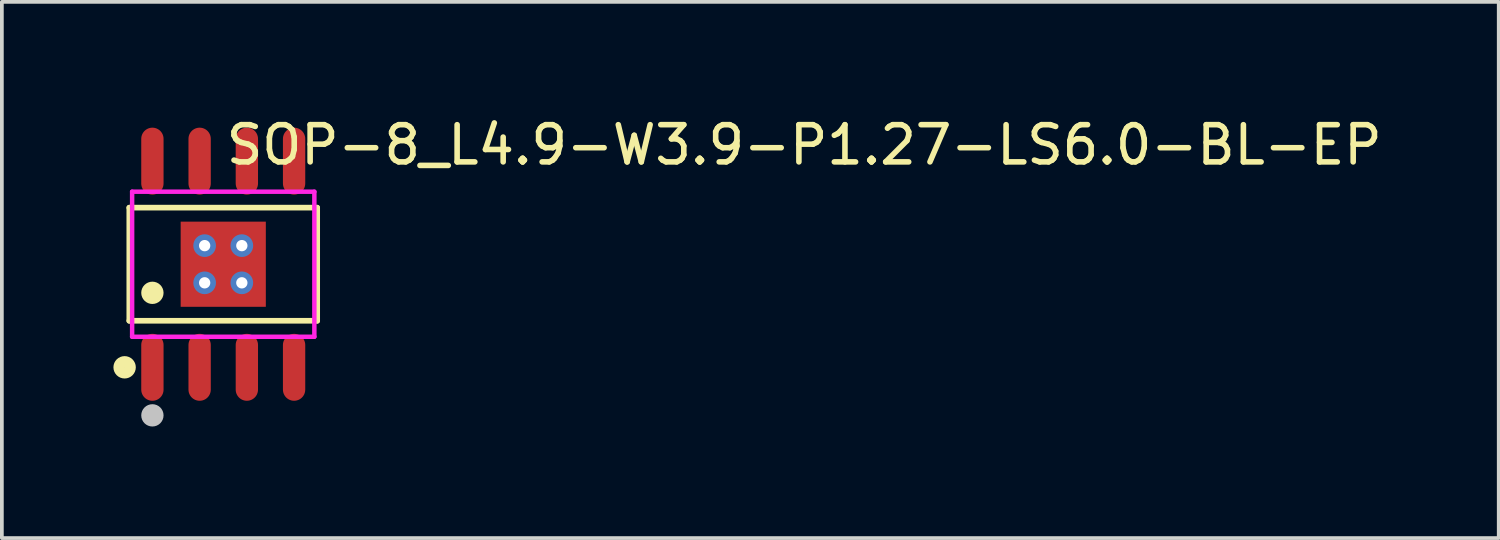
<source format=kicad_pcb>
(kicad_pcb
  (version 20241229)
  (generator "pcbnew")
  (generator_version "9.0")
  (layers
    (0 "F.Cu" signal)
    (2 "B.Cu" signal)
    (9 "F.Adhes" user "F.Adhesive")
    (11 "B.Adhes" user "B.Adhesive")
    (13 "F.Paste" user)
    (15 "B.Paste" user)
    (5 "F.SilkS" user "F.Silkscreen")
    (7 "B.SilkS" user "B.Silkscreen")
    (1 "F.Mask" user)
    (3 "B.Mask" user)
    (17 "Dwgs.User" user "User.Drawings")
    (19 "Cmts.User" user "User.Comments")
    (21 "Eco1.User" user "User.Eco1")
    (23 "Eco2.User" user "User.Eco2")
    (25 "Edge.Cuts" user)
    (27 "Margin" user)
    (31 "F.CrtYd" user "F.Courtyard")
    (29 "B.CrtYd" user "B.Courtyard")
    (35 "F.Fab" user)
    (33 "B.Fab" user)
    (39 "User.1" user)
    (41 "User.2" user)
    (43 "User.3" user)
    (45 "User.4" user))
  (footprint "SOP-8_L4.9-W3.9-P1.27-LS6.0-BL-EP"
    (layer "F.Cu")
    (at 2.953 4.055)
    (property "Reference" "SOP-8_L4.9-W3.9-P1.27-LS6.0-BL-EP" (at 0 -3.207 0) (layer "F.SilkS") (effects (font (size 1 1) (thickness 0.15)) (justify left)))
    (attr through_hole)
    (fp_line (start -2.526 -1.521) (end 2.526 -1.521) (stroke (width 0.152) (type solid)) (layer "F.SilkS"))
    (fp_line (start -2.526 1.521) (end -2.526 -1.521) (stroke (width 0.152) (type solid)) (layer "F.SilkS"))
    (fp_line (start 2.526 -1.521) (end 2.526 1.521) (stroke (width 0.152) (type solid)) (layer "F.SilkS"))
    (fp_line (start 2.526 1.521) (end -2.526 1.521) (stroke (width 0.152) (type solid)) (layer "F.SilkS"))
    (fp_circle (center -2.652 2.772) (end -2.501 2.772) (stroke (width 0.3) (type solid)) (fill no) (layer "F.SilkS"))
    (fp_circle (center -1.905 0.769) (end -1.755 0.769) (stroke (width 0.3) (type solid)) (fill no) (layer "F.SilkS"))
    (fp_circle (center -1.905 4.064) (end -1.755 4.064) (stroke (width 0.3) (type solid)) (fill no) (layer "Dwgs.User"))
    (fp_line (start -2.115 -2.175) (end -2.115 -1.94) (stroke (width 0.12) (type solid)) (layer "Eco2.User"))
    (fp_line (start -2.115 -1.94) (end -1.695 -1.94) (stroke (width 0.12) (type solid)) (layer "Eco2.User"))
    (fp_line (start -2.115 1.94) (end -1.695 1.94) (stroke (width 0.12) (type solid)) (layer "Eco2.User"))
    (fp_line (start -2.115 2.175) (end -2.115 1.94) (stroke (width 0.12) (type solid)) (layer "Eco2.User"))
    (fp_line (start -1.695 -2.175) (end -2.115 -2.175) (stroke (width 0.12) (type solid)) (layer "Eco2.User"))
    (fp_line (start -1.695 -1.94) (end -1.695 -2.175) (stroke (width 0.12) (type solid)) (layer "Eco2.User"))
    (fp_line (start -1.695 1.94) (end -1.695 2.175) (stroke (width 0.12) (type solid)) (layer "Eco2.User"))
    (fp_line (start -1.695 2.175) (end -2.115 2.175) (stroke (width 0.12) (type solid)) (layer "Eco2.User"))
    (fp_line (start -0.845 -2.175) (end -0.845 -1.94) (stroke (width 0.12) (type solid)) (layer "Eco2.User"))
    (fp_line (start -0.845 -1.94) (end -0.425 -1.94) (stroke (width 0.12) (type solid)) (layer "Eco2.User"))
    (fp_line (start -0.845 1.94) (end -0.425 1.94) (stroke (width 0.12) (type solid)) (layer "Eco2.User"))
    (fp_line (start -0.845 2.175) (end -0.845 1.94) (stroke (width 0.12) (type solid)) (layer "Eco2.User"))
    (fp_line (start -0.425 -2.175) (end -0.845 -2.175) (stroke (width 0.12) (type solid)) (layer "Eco2.User"))
    (fp_line (start -0.425 -1.94) (end -0.425 -2.175) (stroke (width 0.12) (type solid)) (layer "Eco2.User"))
    (fp_line (start -0.425 1.94) (end -0.425 2.175) (stroke (width 0.12) (type solid)) (layer "Eco2.User"))
    (fp_line (start -0.425 2.175) (end -0.845 2.175) (stroke (width 0.12) (type solid)) (layer "Eco2.User"))
    (fp_line (start 0.425 -2.175) (end 0.425 -1.94) (stroke (width 0.12) (type solid)) (layer "Eco2.User"))
    (fp_line (start 0.425 -1.94) (end 0.845 -1.94) (stroke (width 0.12) (type solid)) (layer "Eco2.User"))
    (fp_line (start 0.425 1.94) (end 0.845 1.94) (stroke (width 0.12) (type solid)) (layer "Eco2.User"))
    (fp_line (start 0.425 2.175) (end 0.425 1.94) (stroke (width 0.12) (type solid)) (layer "Eco2.User"))
    (fp_line (start 0.845 -2.175) (end 0.425 -2.175) (stroke (width 0.12) (type solid)) (layer "Eco2.User"))
    (fp_line (start 0.845 -1.94) (end 0.845 -2.175) (stroke (width 0.12) (type solid)) (layer "Eco2.User"))
    (fp_line (start 0.845 1.94) (end 0.845 2.175) (stroke (width 0.12) (type solid)) (layer "Eco2.User"))
    (fp_line (start 0.845 2.175) (end 0.425 2.175) (stroke (width 0.12) (type solid)) (layer "Eco2.User"))
    (fp_line (start 1.695 -2.175) (end 1.695 -1.94) (stroke (width 0.12) (type solid)) (layer "Eco2.User"))
    (fp_line (start 1.695 -1.94) (end 2.115 -1.94) (stroke (width 0.12) (type solid)) (layer "Eco2.User"))
    (fp_line (start 1.695 1.94) (end 2.115 1.94) (stroke (width 0.12) (type solid)) (layer "Eco2.User"))
    (fp_line (start 1.695 2.175) (end 1.695 1.94) (stroke (width 0.12) (type solid)) (layer "Eco2.User"))
    (fp_line (start 2.115 -2.175) (end 1.695 -2.175) (stroke (width 0.12) (type solid)) (layer "Eco2.User"))
    (fp_line (start 2.115 -1.94) (end 2.115 -2.175) (stroke (width 0.12) (type solid)) (layer "Eco2.User"))
    (fp_line (start 2.115 1.94) (end 2.115 2.175) (stroke (width 0.12) (type solid)) (layer "Eco2.User"))
    (fp_line (start 2.115 2.175) (end 1.695 2.175) (stroke (width 0.12) (type solid)) (layer "Eco2.User"))
    (fp_circle (center -2.45 3) (end -2.42 3) (stroke (width 0.06) (type solid)) (fill no) (layer "Eco2.User"))
    (fp_poly (pts (xy -2.115 -3) (xy -2.115 -2.165) (xy -1.695 -2.165) (xy -1.695 -3)) (stroke (width 0.12) (type solid)) (fill no) (layer "Eco2.User"))
    (fp_poly (pts (xy -2.115 3) (xy -2.115 2.165) (xy -1.695 2.165) (xy -1.695 3)) (stroke (width 0.12) (type solid)) (fill no) (layer "Eco2.User"))
    (fp_poly (pts (xy -1.145 1.145) (xy -1.145 -1.145) (xy 1.145 -1.145) (xy 1.145 1.145)) (stroke (width 0.12) (type solid)) (fill no) (layer "Eco2.User"))
    (fp_poly (pts (xy -0.845 -3) (xy -0.845 -2.165) (xy -0.425 -2.165) (xy -0.425 -3)) (stroke (width 0.12) (type solid)) (fill no) (layer "Eco2.User"))
    (fp_poly (pts (xy -0.845 3) (xy -0.845 2.165) (xy -0.425 2.165) (xy -0.425 3)) (stroke (width 0.12) (type solid)) (fill no) (layer "Eco2.User"))
    (fp_poly (pts (xy 0.425 -3) (xy 0.425 -2.165) (xy 0.845 -2.165) (xy 0.845 -3)) (stroke (width 0.12) (type solid)) (fill no) (layer "Eco2.User"))
    (fp_poly (pts (xy 0.425 3) (xy 0.425 2.165) (xy 0.845 2.165) (xy 0.845 3)) (stroke (width 0.12) (type solid)) (fill no) (layer "Eco2.User"))
    (fp_poly (pts (xy 1.695 -3) (xy 1.695 -2.165) (xy 2.115 -2.165) (xy 2.115 -3)) (stroke (width 0.12) (type solid)) (fill no) (layer "Eco2.User"))
    (fp_poly (pts (xy 1.695 3) (xy 1.695 2.165) (xy 2.115 2.165) (xy 2.115 3)) (stroke (width 0.12) (type solid)) (fill no) (layer "Eco2.User"))
    (fp_line (start -2.45 -1.95) (end 2.45 -1.95) (stroke (width 0.12) (type solid)) (layer "F.CrtYd"))
    (fp_line (start -2.45 1.95) (end -2.45 -1.95) (stroke (width 0.12) (type solid)) (layer "F.CrtYd"))
    (fp_line (start 2.45 -1.95) (end 2.45 1.95) (stroke (width 0.12) (type solid)) (layer "F.CrtYd"))
    (fp_line (start 2.45 1.95) (end -2.45 1.95) (stroke (width 0.12) (type solid)) (layer "F.CrtYd"))
    (pad "" thru_hole circle (at -0.5 -0.5) (size 0.61 0.61) (drill 0.304) (layers "*.Cu" "*.Mask"))
    (pad "" thru_hole circle (at -0.5 0.5) (size 0.61 0.61) (drill 0.304) (layers "*.Cu" "*.Mask"))
    (pad "" thru_hole circle (at 0.5 -0.5) (size 0.61 0.61) (drill 0.304) (layers "*.Cu" "*.Mask"))
    (pad "" thru_hole circle (at 0.5 0.5) (size 0.61 0.61) (drill 0.304) (layers "*.Cu" "*.Mask"))
    (pad "1" smd oval (at -1.905 2.772) (size 0.6 1.8) (layers "F.Cu" "F.Mask" "F.Paste"))
    (pad "2" smd oval (at -0.635 2.772) (size 0.6 1.8) (layers "F.Cu" "F.Mask" "F.Paste"))
    (pad "3" smd oval (at 0.635 2.772) (size 0.6 1.8) (layers "F.Cu" "F.Mask" "F.Paste"))
    (pad "4" smd oval (at 1.905 2.772) (size 0.6 1.8) (layers "F.Cu" "F.Mask" "F.Paste"))
    (pad "5" smd oval (at 1.905 -2.772) (size 0.6 1.8) (layers "F.Cu" "F.Mask" "F.Paste"))
    (pad "6" smd oval (at 0.635 -2.772) (size 0.6 1.8) (layers "F.Cu" "F.Mask" "F.Paste"))
    (pad "7" smd oval (at -0.635 -2.772) (size 0.6 1.8) (layers "F.Cu" "F.Mask" "F.Paste"))
    (pad "8" smd oval (at -1.905 -2.772) (size 0.6 1.8) (layers "F.Cu" "F.Mask" "F.Paste"))
    (pad "9" smd rect (at 0 0) (size 2.29 2.29) (layers "F.Cu" "F.Mask" "F.Paste")))
  (gr_rect
    (start -3 -3)
    (end 37.251 11.419)
    (stroke (width 0.1) (type default))
    (fill no)
    (layer "Edge.Cuts")))
</source>
